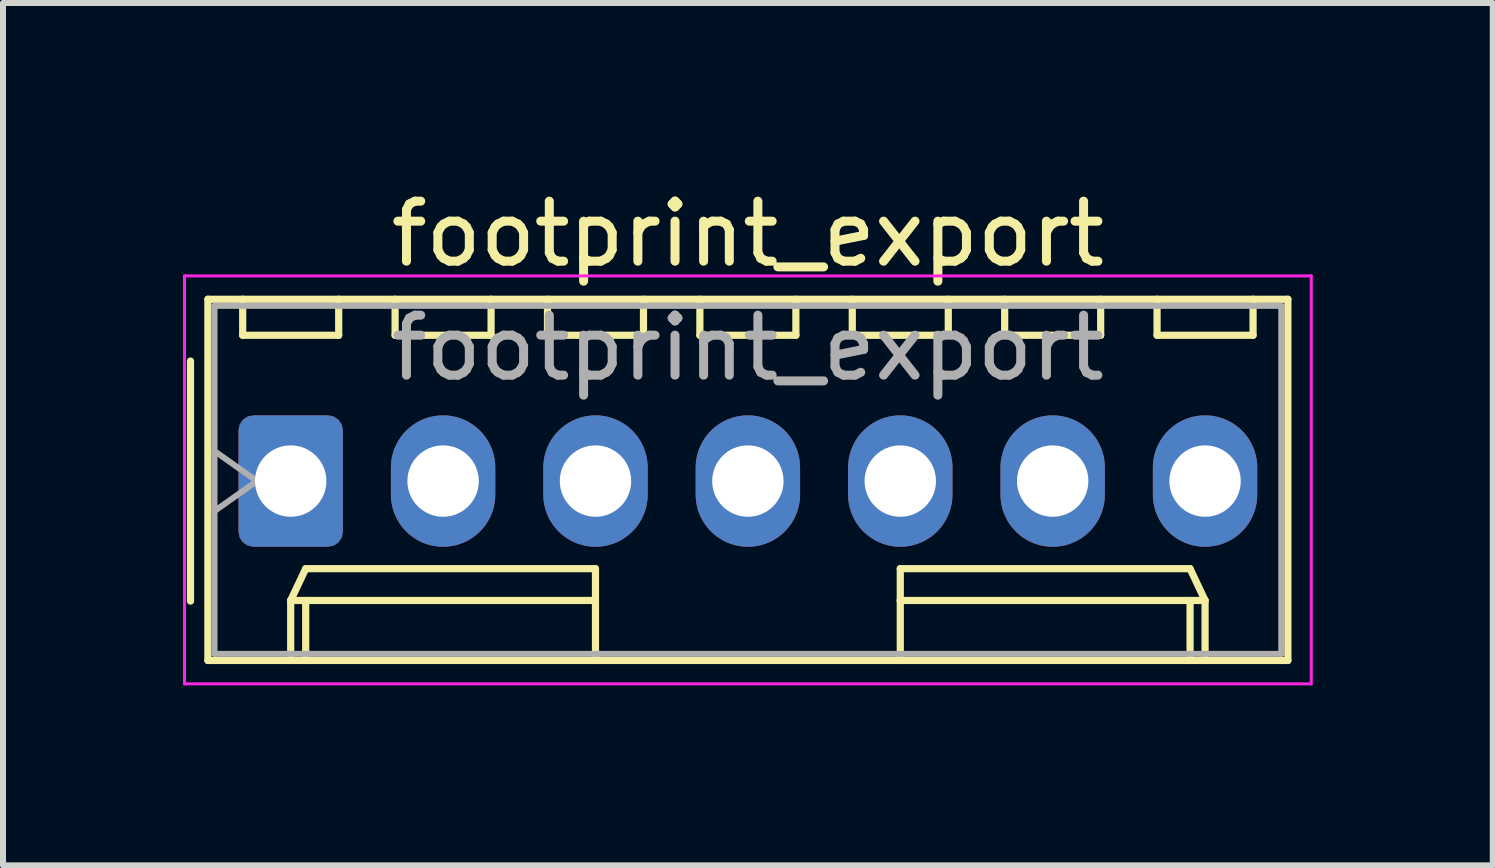
<source format=kicad_pcb>
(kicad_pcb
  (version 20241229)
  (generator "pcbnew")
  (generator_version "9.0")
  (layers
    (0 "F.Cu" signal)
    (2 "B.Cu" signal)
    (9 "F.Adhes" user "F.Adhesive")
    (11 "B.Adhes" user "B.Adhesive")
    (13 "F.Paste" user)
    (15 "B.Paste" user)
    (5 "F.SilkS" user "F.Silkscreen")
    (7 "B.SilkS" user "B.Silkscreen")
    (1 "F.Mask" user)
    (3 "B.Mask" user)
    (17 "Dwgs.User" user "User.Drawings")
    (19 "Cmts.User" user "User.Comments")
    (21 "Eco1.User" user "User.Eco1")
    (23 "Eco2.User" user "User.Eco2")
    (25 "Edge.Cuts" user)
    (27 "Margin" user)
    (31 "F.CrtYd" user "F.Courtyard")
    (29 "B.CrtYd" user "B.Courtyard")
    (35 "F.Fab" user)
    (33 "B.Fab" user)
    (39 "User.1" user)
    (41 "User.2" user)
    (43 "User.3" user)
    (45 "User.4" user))
  (footprint "footprint_export"
    (layer "F.Cu")
    (at 1.795 4.968)
    (property "Reference" "footprint_export" (at 7.62 -4.12 0) (layer "F.SilkS") (effects (font (size 1 1) (thickness 0.15))))
    (attr through_hole)
    (fp_line (start -1.67 -2) (end -1.67 2) (stroke (width 0.12) (type solid)) (layer "F.SilkS"))
    (fp_line (start -1.38 -3.03) (end -1.38 2.99) (stroke (width 0.12) (type solid)) (layer "F.SilkS"))
    (fp_line (start -1.38 2.99) (end 16.62 2.99) (stroke (width 0.12) (type solid)) (layer "F.SilkS"))
    (fp_line (start -0.8 -3.03) (end -0.8 -2.43) (stroke (width 0.12) (type solid)) (layer "F.SilkS"))
    (fp_line (start -0.8 -2.43) (end 0.8 -2.43) (stroke (width 0.12) (type solid)) (layer "F.SilkS"))
    (fp_line (start 0 1.99) (end 0.25 1.46) (stroke (width 0.12) (type solid)) (layer "F.SilkS"))
    (fp_line (start 0 1.99) (end 5.08 1.99) (stroke (width 0.12) (type solid)) (layer "F.SilkS"))
    (fp_line (start 0 2.99) (end 0 1.99) (stroke (width 0.12) (type solid)) (layer "F.SilkS"))
    (fp_line (start 0.25 1.46) (end 5.08 1.46) (stroke (width 0.12) (type solid)) (layer "F.SilkS"))
    (fp_line (start 0.25 2.99) (end 0.25 1.99) (stroke (width 0.12) (type solid)) (layer "F.SilkS"))
    (fp_line (start 0.8 -2.43) (end 0.8 -3.03) (stroke (width 0.12) (type solid)) (layer "F.SilkS"))
    (fp_line (start 1.74 -3.03) (end 1.74 -2.43) (stroke (width 0.12) (type solid)) (layer "F.SilkS"))
    (fp_line (start 1.74 -2.43) (end 3.34 -2.43) (stroke (width 0.12) (type solid)) (layer "F.SilkS"))
    (fp_line (start 3.34 -2.43) (end 3.34 -3.03) (stroke (width 0.12) (type solid)) (layer "F.SilkS"))
    (fp_line (start 4.28 -3.03) (end 4.28 -2.43) (stroke (width 0.12) (type solid)) (layer "F.SilkS"))
    (fp_line (start 4.28 -2.43) (end 5.88 -2.43) (stroke (width 0.12) (type solid)) (layer "F.SilkS"))
    (fp_line (start 5.08 1.46) (end 5.08 1.99) (stroke (width 0.12) (type solid)) (layer "F.SilkS"))
    (fp_line (start 5.08 1.99) (end 5.08 2.99) (stroke (width 0.12) (type solid)) (layer "F.SilkS"))
    (fp_line (start 5.88 -2.43) (end 5.88 -3.03) (stroke (width 0.12) (type solid)) (layer "F.SilkS"))
    (fp_line (start 6.82 -3.03) (end 6.82 -2.43) (stroke (width 0.12) (type solid)) (layer "F.SilkS"))
    (fp_line (start 6.82 -2.43) (end 8.42 -2.43) (stroke (width 0.12) (type solid)) (layer "F.SilkS"))
    (fp_line (start 8.42 -2.43) (end 8.42 -3.03) (stroke (width 0.12) (type solid)) (layer "F.SilkS"))
    (fp_line (start 9.36 -3.03) (end 9.36 -2.43) (stroke (width 0.12) (type solid)) (layer "F.SilkS"))
    (fp_line (start 9.36 -2.43) (end 10.96 -2.43) (stroke (width 0.12) (type solid)) (layer "F.SilkS"))
    (fp_line (start 10.16 1.46) (end 10.16 1.99) (stroke (width 0.12) (type solid)) (layer "F.SilkS"))
    (fp_line (start 10.16 1.99) (end 10.16 2.99) (stroke (width 0.12) (type solid)) (layer "F.SilkS"))
    (fp_line (start 10.96 -2.43) (end 10.96 -3.03) (stroke (width 0.12) (type solid)) (layer "F.SilkS"))
    (fp_line (start 11.9 -3.03) (end 11.9 -2.43) (stroke (width 0.12) (type solid)) (layer "F.SilkS"))
    (fp_line (start 11.9 -2.43) (end 13.5 -2.43) (stroke (width 0.12) (type solid)) (layer "F.SilkS"))
    (fp_line (start 13.5 -2.43) (end 13.5 -3.03) (stroke (width 0.12) (type solid)) (layer "F.SilkS"))
    (fp_line (start 14.44 -3.03) (end 14.44 -2.43) (stroke (width 0.12) (type solid)) (layer "F.SilkS"))
    (fp_line (start 14.44 -2.43) (end 16.04 -2.43) (stroke (width 0.12) (type solid)) (layer "F.SilkS"))
    (fp_line (start 14.99 1.46) (end 10.16 1.46) (stroke (width 0.12) (type solid)) (layer "F.SilkS"))
    (fp_line (start 14.99 2.99) (end 14.99 1.99) (stroke (width 0.12) (type solid)) (layer "F.SilkS"))
    (fp_line (start 15.24 1.99) (end 10.16 1.99) (stroke (width 0.12) (type solid)) (layer "F.SilkS"))
    (fp_line (start 15.24 1.99) (end 14.99 1.46) (stroke (width 0.12) (type solid)) (layer "F.SilkS"))
    (fp_line (start 15.24 2.99) (end 15.24 1.99) (stroke (width 0.12) (type solid)) (layer "F.SilkS"))
    (fp_line (start 16.04 -2.43) (end 16.04 -3.03) (stroke (width 0.12) (type solid)) (layer "F.SilkS"))
    (fp_line (start 16.62 -3.03) (end -1.38 -3.03) (stroke (width 0.12) (type solid)) (layer "F.SilkS"))
    (fp_line (start 16.62 2.99) (end 16.62 -3.03) (stroke (width 0.12) (type solid)) (layer "F.SilkS"))
    (fp_line (start -1.77 -3.42) (end -1.77 3.38) (stroke (width 0.05) (type solid)) (layer "F.CrtYd"))
    (fp_line (start -1.77 3.38) (end 17.01 3.38) (stroke (width 0.05) (type solid)) (layer "F.CrtYd"))
    (fp_line (start 17.01 -3.42) (end -1.77 -3.42) (stroke (width 0.05) (type solid)) (layer "F.CrtYd"))
    (fp_line (start 17.01 3.38) (end 17.01 -3.42) (stroke (width 0.05) (type solid)) (layer "F.CrtYd"))
    (fp_line (start -1.27 -2.92) (end -1.27 2.88) (stroke (width 0.1) (type solid)) (layer "F.Fab"))
    (fp_line (start -1.27 -0.5) (end -0.563 0) (stroke (width 0.1) (type solid)) (layer "F.Fab"))
    (fp_line (start -1.27 2.88) (end 16.51 2.88) (stroke (width 0.1) (type solid)) (layer "F.Fab"))
    (fp_line (start -0.563 0) (end -1.27 0.5) (stroke (width 0.1) (type solid)) (layer "F.Fab"))
    (fp_line (start 16.51 -2.92) (end -1.27 -2.92) (stroke (width 0.1) (type solid)) (layer "F.Fab"))
    (fp_line (start 16.51 2.88) (end 16.51 -2.92) (stroke (width 0.1) (type solid)) (layer "F.Fab"))
    (fp_text user "${REFERENCE}" (at 7.62 -2.22 0) (layer "F.Fab") (effects (font (size 1 1) (thickness 0.15))))
    (pad "1" thru_hole roundrect (at 0 0) (size 1.74 2.19) (drill 1.19) (layers "*.Cu" "*.Mask") (roundrect_rratio 0.144))
    (pad "2" thru_hole oval (at 2.54 0) (size 1.74 2.19) (drill 1.19) (layers "*.Cu" "*.Mask"))
    (pad "3" thru_hole oval (at 5.08 0) (size 1.74 2.19) (drill 1.19) (layers "*.Cu" "*.Mask"))
    (pad "4" thru_hole oval (at 7.62 0) (size 1.74 2.19) (drill 1.19) (layers "*.Cu" "*.Mask"))
    (pad "5" thru_hole oval (at 10.16 0) (size 1.74 2.19) (drill 1.19) (layers "*.Cu" "*.Mask"))
    (pad "6" thru_hole oval (at 12.7 0) (size 1.74 2.19) (drill 1.19) (layers "*.Cu" "*.Mask"))
    (pad "7" thru_hole oval (at 15.24 0) (size 1.74 2.19) (drill 1.19) (layers "*.Cu" "*.Mask")))
  (gr_rect
    (start -3 -3)
    (end 21.83 11.373)
    (stroke (width 0.1) (type default))
    (fill no)
    (layer "Edge.Cuts")))
</source>
